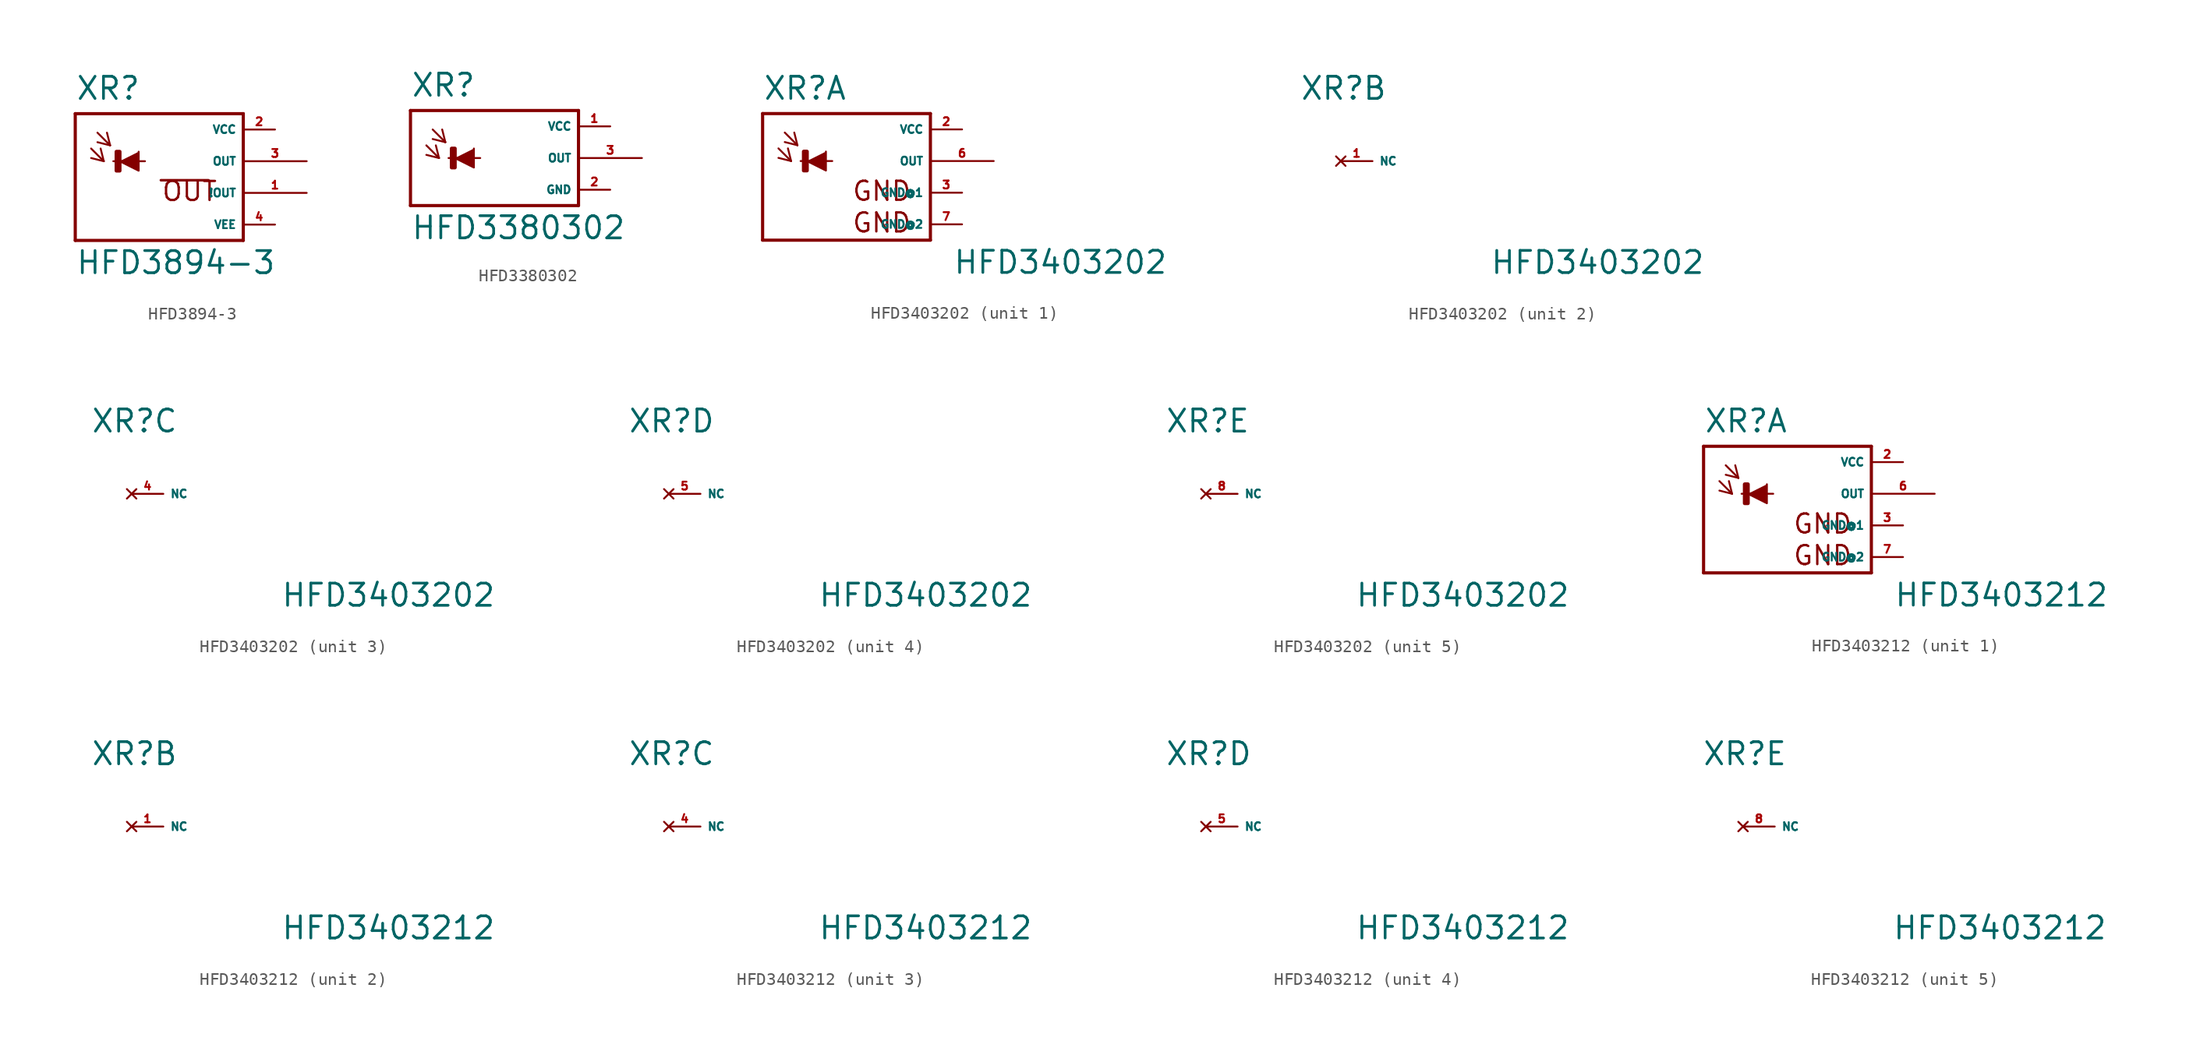
<source format=kicad_sym>
(kicad_symbol_lib
  (version 20220914)
  (generator Eagle2Kicad)
  (symbol "HFD3894-3"
    (property "Reference" "XR"
      (at -5.842 4.801 0)
      (effects (font (size 1.778 1.778) (thickness 0.22)) (justify left bottom)))
    (property "Value" "HFD3894-3"
      (at -5.842 -9.169 0)
      (effects (font (size 1.778 1.778) (thickness 0.22)) (justify left bottom)))
    (polyline
      (pts (xy -2.286 0) (xy -0.762 -0.762) (xy -0.762 0.762))
      (stroke (width 0.152) (type default))
      (fill (type outline)))
    (polyline
      (pts (xy -4.572 1.016) (xy -3.556 0))
      (stroke (width 0.152) (type default))
      (fill (type none)))
    (polyline
      (pts (xy -3.556 0) (xy -3.81 1.016))
      (stroke (width 0.152) (type default))
      (fill (type none)))
    (polyline
      (pts (xy -3.556 0) (xy -4.572 0.254))
      (stroke (width 0.152) (type default))
      (fill (type none)))
    (polyline
      (pts (xy -4.064 2.286) (xy -3.048 1.27))
      (stroke (width 0.152) (type default))
      (fill (type none)))
    (polyline
      (pts (xy -3.048 1.27) (xy -3.302 2.286))
      (stroke (width 0.152) (type default))
      (fill (type none)))
    (polyline
      (pts (xy -3.048 1.27) (xy -4.064 1.524))
      (stroke (width 0.152) (type default))
      (fill (type none)))
    (polyline
      (pts (xy 7.62 3.81) (xy 7.62 -6.35))
      (stroke (width 0.254) (type default))
      (fill (type none)))
    (polyline
      (pts (xy 7.62 -6.35) (xy -5.842 -6.35))
      (stroke (width 0.254) (type default))
      (fill (type none)))
    (polyline
      (pts (xy -5.842 -6.35) (xy -5.842 3.81))
      (stroke (width 0.254) (type default))
      (fill (type none)))
    (polyline
      (pts (xy -5.842 3.81) (xy 7.62 3.81))
      (stroke (width 0.254) (type default))
      (fill (type none)))
    (polyline
      (pts (xy -2.794 0) (xy -0.254 0))
      (stroke (width 0.152) (type default))
      (fill (type none)))
    (polyline
      (pts (xy 1.016 -1.524) (xy 4.826 -1.524))
      (stroke (width 0.203) (type default))
      (fill (type none)))
    (text "OUT"
      (at 1.016 -3.302 0)
      (effects (font (size 1.524 1.524) (thickness 0.19)) (justify left bottom)))
    (rectangle
      (start -2.54 -0.762)
      (end -2.286 0.762)
      (stroke (width 0.3) (type default))
      (fill (type outline)))
    (pin unspecified line
      (at 10.16 2.54 180)
      (length 2.54)
      (name "VCC" (effects (font (size 0.635 0.635) (thickness 0.08)) (justify left bottom)))
      (number "2" (effects (font (size 0.635 0.635) (thickness 0.08)) (justify left bottom))))
    (pin unspecified line
      (at 10.16 -5.08 180)
      (length 2.54)
      (name "VEE" (effects (font (size 0.635 0.635) (thickness 0.08)) (justify left bottom)))
      (number "4" (effects (font (size 0.635 0.635) (thickness 0.08)) (justify left bottom))))
    (pin output line
      (at 12.7 0 180)
      (length 5.08)
      (name "OUT" (effects (font (size 0.635 0.635) (thickness 0.08)) (justify left bottom)))
      (number "3" (effects (font (size 0.635 0.635) (thickness 0.08)) (justify left bottom))))
    (pin output line
      (at 12.7 -2.54 180)
      (length 5.08)
      (name "!OUT" (effects (font (size 0.635 0.635) (thickness 0.08)) (justify left bottom)))
      (number "1" (effects (font (size 0.635 0.635) (thickness 0.08)) (justify left bottom)))))
  (symbol "HFD3380302"
    (property "Reference" "XR"
      (at -5.842 4.801 0)
      (effects (font (size 1.778 1.778) (thickness 0.22)) (justify left bottom)))
    (property "Value" "HFD3380302"
      (at -5.842 -6.629 0)
      (effects (font (size 1.778 1.778) (thickness 0.22)) (justify left bottom)))
    (polyline
      (pts (xy -2.286 0) (xy -0.762 -0.762) (xy -0.762 0.762))
      (stroke (width 0.152) (type default))
      (fill (type outline)))
    (polyline
      (pts (xy -4.572 1.016) (xy -3.556 0))
      (stroke (width 0.152) (type default))
      (fill (type none)))
    (polyline
      (pts (xy -3.556 0) (xy -3.81 1.016))
      (stroke (width 0.152) (type default))
      (fill (type none)))
    (polyline
      (pts (xy -3.556 0) (xy -4.572 0.254))
      (stroke (width 0.152) (type default))
      (fill (type none)))
    (polyline
      (pts (xy -4.064 2.286) (xy -3.048 1.27))
      (stroke (width 0.152) (type default))
      (fill (type none)))
    (polyline
      (pts (xy -3.048 1.27) (xy -3.302 2.286))
      (stroke (width 0.152) (type default))
      (fill (type none)))
    (polyline
      (pts (xy -3.048 1.27) (xy -4.064 1.524))
      (stroke (width 0.152) (type default))
      (fill (type none)))
    (polyline
      (pts (xy 7.62 3.81) (xy 7.62 -3.81))
      (stroke (width 0.254) (type default))
      (fill (type none)))
    (polyline
      (pts (xy 7.62 -3.81) (xy -5.842 -3.81))
      (stroke (width 0.254) (type default))
      (fill (type none)))
    (polyline
      (pts (xy -5.842 -3.81) (xy -5.842 3.81))
      (stroke (width 0.254) (type default))
      (fill (type none)))
    (polyline
      (pts (xy -5.842 3.81) (xy 7.62 3.81))
      (stroke (width 0.254) (type default))
      (fill (type none)))
    (polyline
      (pts (xy -2.794 0) (xy -0.254 0))
      (stroke (width 0.152) (type default))
      (fill (type none)))
    (rectangle
      (start -2.54 -0.762)
      (end -2.286 0.762)
      (stroke (width 0.3) (type default))
      (fill (type outline)))
    (pin unspecified line
      (at 10.16 2.54 180)
      (length 2.54)
      (name "VCC" (effects (font (size 0.635 0.635) (thickness 0.08)) (justify left bottom)))
      (number "1" (effects (font (size 0.635 0.635) (thickness 0.08)) (justify left bottom))))
    (pin unspecified line
      (at 10.16 -2.54 180)
      (length 2.54)
      (name "GND" (effects (font (size 0.635 0.635) (thickness 0.08)) (justify left bottom)))
      (number "2" (effects (font (size 0.635 0.635) (thickness 0.08)) (justify left bottom))))
    (pin output line
      (at 12.7 0 180)
      (length 5.08)
      (name "OUT" (effects (font (size 0.635 0.635) (thickness 0.08)) (justify left bottom)))
      (number "3" (effects (font (size 0.635 0.635) (thickness 0.08)) (justify left bottom)))))
  (symbol "HFD3403202"
    (property "Reference" "XR"
      (at -5.842 4.801 0)
      (effects (font (size 1.778 1.778) (thickness 0.22)) (justify left bottom)))
    (property "Value" "HFD3403202"
      (at 9.398 -9.169 0)
      (effects (font (size 1.778 1.778) (thickness 0.22)) (justify left bottom)))
    (symbol "HFD3403202_1_0"
      (polyline (pts (xy -2.286 0) (xy -0.762 -0.762) (xy -0.762 0.762)) (stroke (width 0.152) (type default)) (fill (type outline)))
      (polyline (pts (xy -4.572 1.016) (xy -3.556 0)) (stroke (width 0.152) (type default)) (fill (type none)))
      (polyline (pts (xy -3.556 0) (xy -3.81 1.016)) (stroke (width 0.152) (type default)) (fill (type none)))
      (polyline (pts (xy -3.556 0) (xy -4.572 0.254)) (stroke (width 0.152) (type default)) (fill (type none)))
      (polyline (pts (xy -4.064 2.286) (xy -3.048 1.27)) (stroke (width 0.152) (type default)) (fill (type none)))
      (polyline (pts (xy -3.048 1.27) (xy -3.302 2.286)) (stroke (width 0.152) (type default)) (fill (type none)))
      (polyline (pts (xy -3.048 1.27) (xy -4.064 1.524)) (stroke (width 0.152) (type default)) (fill (type none)))
      (polyline (pts (xy 7.62 3.81) (xy 7.62 -6.35)) (stroke (width 0.254) (type default)) (fill (type none)))
      (polyline (pts (xy 7.62 -6.35) (xy -5.842 -6.35)) (stroke (width 0.254) (type default)) (fill (type none)))
      (polyline (pts (xy -5.842 -6.35) (xy -5.842 3.81)) (stroke (width 0.254) (type default)) (fill (type none)))
      (polyline (pts (xy -5.842 3.81) (xy 7.62 3.81)) (stroke (width 0.254) (type default)) (fill (type none)))
      (polyline (pts (xy -2.794 0) (xy -0.254 0)) (stroke (width 0.152) (type default)) (fill (type none)))
      (text "GND" (at 1.27 -3.302 0) (effects (font (size 1.524 1.524) (thickness 0.19)) (justify left bottom)))
      (text "GND" (at 1.27 -5.842 0) (effects (font (size 1.524 1.524) (thickness 0.19)) (justify left bottom)))
      (rectangle (start -2.54 -0.762) (end -2.286 0.762) (stroke (width 0.3) (type default)) (fill (type outline)))
      (pin unspecified line (at 10.16 2.54 180) (length 2.54) (name "VCC" (effects (font (size 0.635 0.635) (thickness 0.08)) (justify left bottom))) (number "2" (effects (font (size 0.635 0.635) (thickness 0.08)) (justify left bottom))))
      (pin unspecified line (at 10.16 -2.54 180) (length 2.54) (name "GND@1" (effects (font (size 0.635 0.635) (thickness 0.08)) (justify left bottom))) (number "3" (effects (font (size 0.635 0.635) (thickness 0.08)) (justify left bottom))))
      (pin output line (at 12.7 0 180) (length 5.08) (name "OUT" (effects (font (size 0.635 0.635) (thickness 0.08)) (justify left bottom))) (number "6" (effects (font (size 0.635 0.635) (thickness 0.08)) (justify left bottom))))
      (pin unspecified line (at 10.16 -5.08 180) (length 2.54) (name "GND@2" (effects (font (size 0.635 0.635) (thickness 0.08)) (justify left bottom))) (number "7" (effects (font (size 0.635 0.635) (thickness 0.08)) (justify left bottom)))))
    (symbol "HFD3403202_2_0"
      (pin no_connect line (at -2.54 0 0) (length 2.54) (name "NC" (effects (font (size 0.635 0.635) (thickness 0.08)) (justify left bottom) hide)) (number "1" (effects (font (size 0.635 0.635) (thickness 0.08)) (justify left bottom) hide))))
    (symbol "HFD3403202_3_0"
      (pin no_connect line (at -2.54 0 0) (length 2.54) (name "NC" (effects (font (size 0.635 0.635) (thickness 0.08)) (justify left bottom) hide)) (number "4" (effects (font (size 0.635 0.635) (thickness 0.08)) (justify left bottom) hide))))
    (symbol "HFD3403202_4_0"
      (pin no_connect line (at -2.54 0 0) (length 2.54) (name "NC" (effects (font (size 0.635 0.635) (thickness 0.08)) (justify left bottom) hide)) (number "5" (effects (font (size 0.635 0.635) (thickness 0.08)) (justify left bottom) hide))))
    (symbol "HFD3403202_5_0"
      (pin no_connect line (at -2.54 0 0) (length 2.54) (name "NC" (effects (font (size 0.635 0.635) (thickness 0.08)) (justify left bottom) hide)) (number "8" (effects (font (size 0.635 0.635) (thickness 0.08)) (justify left bottom) hide)))))
  (symbol "HFD3403212"
    (property "Reference" "XR"
      (at -5.842 4.801 0)
      (effects (font (size 1.778 1.778) (thickness 0.22)) (justify left bottom)))
    (property "Value" "HFD3403212"
      (at 9.398 -9.169 0)
      (effects (font (size 1.778 1.778) (thickness 0.22)) (justify left bottom)))
    (symbol "HFD3403212_1_0"
      (polyline (pts (xy -2.286 0) (xy -0.762 -0.762) (xy -0.762 0.762)) (stroke (width 0.152) (type default)) (fill (type outline)))
      (polyline (pts (xy -4.572 1.016) (xy -3.556 0)) (stroke (width 0.152) (type default)) (fill (type none)))
      (polyline (pts (xy -3.556 0) (xy -3.81 1.016)) (stroke (width 0.152) (type default)) (fill (type none)))
      (polyline (pts (xy -3.556 0) (xy -4.572 0.254)) (stroke (width 0.152) (type default)) (fill (type none)))
      (polyline (pts (xy -4.064 2.286) (xy -3.048 1.27)) (stroke (width 0.152) (type default)) (fill (type none)))
      (polyline (pts (xy -3.048 1.27) (xy -3.302 2.286)) (stroke (width 0.152) (type default)) (fill (type none)))
      (polyline (pts (xy -3.048 1.27) (xy -4.064 1.524)) (stroke (width 0.152) (type default)) (fill (type none)))
      (polyline (pts (xy 7.62 3.81) (xy 7.62 -6.35)) (stroke (width 0.254) (type default)) (fill (type none)))
      (polyline (pts (xy 7.62 -6.35) (xy -5.842 -6.35)) (stroke (width 0.254) (type default)) (fill (type none)))
      (polyline (pts (xy -5.842 -6.35) (xy -5.842 3.81)) (stroke (width 0.254) (type default)) (fill (type none)))
      (polyline (pts (xy -5.842 3.81) (xy 7.62 3.81)) (stroke (width 0.254) (type default)) (fill (type none)))
      (polyline (pts (xy -2.794 0) (xy -0.254 0)) (stroke (width 0.152) (type default)) (fill (type none)))
      (text "GND" (at 1.27 -3.302 0) (effects (font (size 1.524 1.524) (thickness 0.19)) (justify left bottom)))
      (text "GND" (at 1.27 -5.842 0) (effects (font (size 1.524 1.524) (thickness 0.19)) (justify left bottom)))
      (rectangle (start -2.54 -0.762) (end -2.286 0.762) (stroke (width 0.3) (type default)) (fill (type outline)))
      (pin unspecified line (at 10.16 2.54 180) (length 2.54) (name "VCC" (effects (font (size 0.635 0.635) (thickness 0.08)) (justify left bottom))) (number "2" (effects (font (size 0.635 0.635) (thickness 0.08)) (justify left bottom))))
      (pin unspecified line (at 10.16 -2.54 180) (length 2.54) (name "GND@1" (effects (font (size 0.635 0.635) (thickness 0.08)) (justify left bottom))) (number "3" (effects (font (size 0.635 0.635) (thickness 0.08)) (justify left bottom))))
      (pin output line (at 12.7 0 180) (length 5.08) (name "OUT" (effects (font (size 0.635 0.635) (thickness 0.08)) (justify left bottom))) (number "6" (effects (font (size 0.635 0.635) (thickness 0.08)) (justify left bottom))))
      (pin unspecified line (at 10.16 -5.08 180) (length 2.54) (name "GND@2" (effects (font (size 0.635 0.635) (thickness 0.08)) (justify left bottom))) (number "7" (effects (font (size 0.635 0.635) (thickness 0.08)) (justify left bottom)))))
    (symbol "HFD3403212_2_0"
      (pin no_connect line (at -2.54 0 0) (length 2.54) (name "NC" (effects (font (size 0.635 0.635) (thickness 0.08)) (justify left bottom) hide)) (number "1" (effects (font (size 0.635 0.635) (thickness 0.08)) (justify left bottom) hide))))
    (symbol "HFD3403212_3_0"
      (pin no_connect line (at -2.54 0 0) (length 2.54) (name "NC" (effects (font (size 0.635 0.635) (thickness 0.08)) (justify left bottom) hide)) (number "4" (effects (font (size 0.635 0.635) (thickness 0.08)) (justify left bottom) hide))))
    (symbol "HFD3403212_4_0"
      (pin no_connect line (at -2.54 0 0) (length 2.54) (name "NC" (effects (font (size 0.635 0.635) (thickness 0.08)) (justify left bottom) hide)) (number "5" (effects (font (size 0.635 0.635) (thickness 0.08)) (justify left bottom) hide))))
    (symbol "HFD3403212_5_0"
      (pin no_connect line (at -2.54 0 0) (length 2.54) (name "NC" (effects (font (size 0.635 0.635) (thickness 0.08)) (justify left bottom) hide)) (number "8" (effects (font (size 0.635 0.635) (thickness 0.08)) (justify left bottom) hide))))))
</source>
